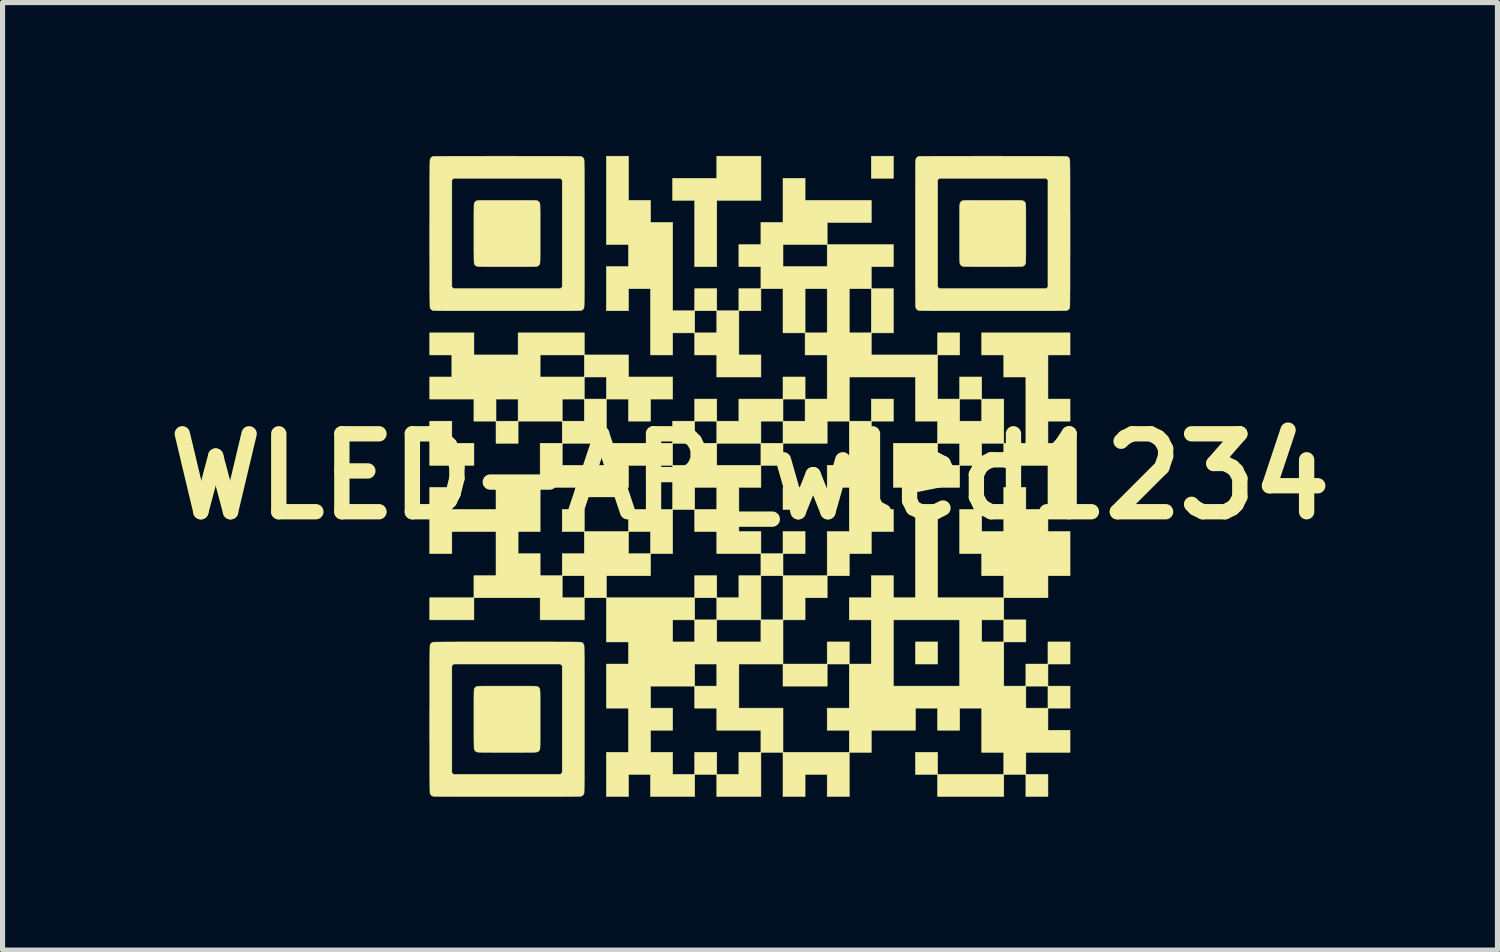
<source format=kicad_pcb>
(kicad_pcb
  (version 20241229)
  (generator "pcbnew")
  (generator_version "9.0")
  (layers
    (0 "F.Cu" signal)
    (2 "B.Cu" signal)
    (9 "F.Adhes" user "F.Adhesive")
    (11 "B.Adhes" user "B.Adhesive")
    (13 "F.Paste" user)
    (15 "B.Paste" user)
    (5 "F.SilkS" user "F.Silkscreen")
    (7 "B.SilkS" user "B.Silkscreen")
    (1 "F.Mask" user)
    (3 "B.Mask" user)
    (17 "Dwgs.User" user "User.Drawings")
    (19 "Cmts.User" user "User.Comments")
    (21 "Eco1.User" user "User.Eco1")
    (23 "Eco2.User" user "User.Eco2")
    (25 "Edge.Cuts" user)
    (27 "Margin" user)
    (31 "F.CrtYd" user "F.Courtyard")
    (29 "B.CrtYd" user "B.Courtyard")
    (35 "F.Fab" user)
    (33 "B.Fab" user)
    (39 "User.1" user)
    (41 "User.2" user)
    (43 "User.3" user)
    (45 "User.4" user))
  (footprint "WLED-AP_wled1234"
    (layer "F.Cu")
    (at 11.619 6.269)
    (property "Reference" "WLED-AP_wled1234" (at 0 0 0) (layer "F.SilkS") (effects (font (size 1.524 1.524) (thickness 0.3))))
    (attr through_hole)
    (fp_poly (pts (xy -5.4 2.804) (xy -6.264 2.804) (xy -6.264 2.372) (xy -5.4 2.372) (xy -5.4 2.804)) (stroke (width 0.01) (type solid)) (fill yes) (layer "F.SilkS"))
    (fp_poly (pts (xy -3.241 1.077) (xy -3.673 1.077) (xy -3.673 0.645) (xy -3.241 0.645) (xy -3.241 1.077)) (stroke (width 0.01) (type solid)) (fill yes) (layer "F.SilkS"))
    (fp_poly (pts (xy -1.082 -0.65) (xy -1.514 -0.65) (xy -1.514 -1.082) (xy -1.082 -1.082) (xy -1.082 -0.65)) (stroke (width 0.01) (type solid)) (fill yes) (layer "F.SilkS"))
    (fp_poly (pts (xy -0.65 -1.082) (xy -1.082 -1.082) (xy -1.082 -1.514) (xy -0.65 -1.514) (xy -0.65 -1.082)) (stroke (width 0.01) (type solid)) (fill yes) (layer "F.SilkS"))
    (fp_poly (pts (xy -0.65 2.372) (xy -1.082 2.372) (xy -1.082 1.941) (xy -0.65 1.941) (xy -0.65 2.372)) (stroke (width 0.01) (type solid)) (fill yes) (layer "F.SilkS"))
    (fp_poly (pts (xy 0.213 -3.241) (xy -0.218 -3.241) (xy -0.218 -3.673) (xy 0.213 -3.673) (xy 0.213 -3.241)) (stroke (width 0.01) (type solid)) (fill yes) (layer "F.SilkS"))
    (fp_poly (pts (xy 0.645 -0.218) (xy 0.213 -0.218) (xy 0.213 -0.65) (xy 0.645 -0.65) (xy 0.645 -0.218)) (stroke (width 0.01) (type solid)) (fill yes) (layer "F.SilkS"))
    (fp_poly (pts (xy 0.645 1.941) (xy 0.213 1.941) (xy 0.213 1.509) (xy 0.645 1.509) (xy 0.645 1.941)) (stroke (width 0.01) (type solid)) (fill yes) (layer "F.SilkS"))
    (fp_poly (pts (xy 1.077 0.645) (xy 0.645 0.645) (xy 0.645 0.213) (xy 1.077 0.213) (xy 1.077 0.645)) (stroke (width 0.01) (type solid)) (fill yes) (layer "F.SilkS"))
    (fp_poly (pts (xy 1.077 1.509) (xy 0.645 1.509) (xy 0.645 1.077) (xy 1.077 1.077) (xy 1.077 1.509)) (stroke (width 0.01) (type solid)) (fill yes) (layer "F.SilkS"))
    (fp_poly (pts (xy 1.509 4.1) (xy 0.645 4.1) (xy 0.645 3.668) (xy 1.509 3.668) (xy 1.509 4.1)) (stroke (width 0.01) (type solid)) (fill yes) (layer "F.SilkS"))
    (fp_poly (pts (xy 1.941 3.668) (xy 1.509 3.668) (xy 1.509 3.236) (xy 1.941 3.236) (xy 1.941 3.668)) (stroke (width 0.01) (type solid)) (fill yes) (layer "F.SilkS"))
    (fp_poly (pts (xy 2.804 -5.832) (xy 2.372 -5.832) (xy 2.372 -6.264) (xy 2.804 -6.264) (xy 2.804 -5.832)) (stroke (width 0.01) (type solid)) (fill yes) (layer "F.SilkS"))
    (fp_poly (pts (xy 2.804 -2.809) (xy 2.372 -2.809) (xy 2.372 -3.673) (xy 2.804 -3.673) (xy 2.804 -2.809)) (stroke (width 0.01) (type solid)) (fill yes) (layer "F.SilkS"))
    (fp_poly (pts (xy 2.804 -1.082) (xy 2.372 -1.082) (xy 2.372 -1.514) (xy 2.804 -1.514) (xy 2.804 -1.082)) (stroke (width 0.01) (type solid)) (fill yes) (layer "F.SilkS"))
    (fp_poly (pts (xy 3.668 3.668) (xy 3.236 3.668) (xy 3.236 3.236) (xy 3.668 3.236) (xy 3.668 3.668)) (stroke (width 0.01) (type solid)) (fill yes) (layer "F.SilkS"))
    (fp_poly (pts (xy 3.668 5.827) (xy 3.236 5.827) (xy 3.236 5.395) (xy 3.668 5.395) (xy 3.668 5.827)) (stroke (width 0.01) (type solid)) (fill yes) (layer "F.SilkS"))
    (fp_poly (pts (xy 4.1 -2.377) (xy 3.668 -2.377) (xy 3.668 -2.809) (xy 4.1 -2.809) (xy 4.1 -2.377)) (stroke (width 0.01) (type solid)) (fill yes) (layer "F.SilkS"))
    (fp_poly (pts (xy 4.963 6.259) (xy 3.668 6.259) (xy 3.668 5.827) (xy 4.963 5.827) (xy 4.963 6.259)) (stroke (width 0.01) (type solid)) (fill yes) (layer "F.SilkS"))
    (fp_poly (pts (xy 5.395 3.236) (xy 4.963 3.236) (xy 4.963 2.804) (xy 5.395 2.804) (xy 5.395 3.236)) (stroke (width 0.01) (type solid)) (fill yes) (layer "F.SilkS"))
    (fp_poly (pts (xy 5.827 4.1) (xy 5.395 4.1) (xy 5.395 3.668) (xy 5.827 3.668) (xy 5.827 4.1)) (stroke (width 0.01) (type solid)) (fill yes) (layer "F.SilkS"))
    (fp_poly (pts (xy 5.827 6.259) (xy 5.395 6.259) (xy 5.395 5.827) (xy 5.827 5.827) (xy 5.827 6.259)) (stroke (width 0.01) (type solid)) (fill yes) (layer "F.SilkS"))
    (fp_poly (pts (xy 6.259 3.668) (xy 5.827 3.668) (xy 5.827 3.236) (xy 6.259 3.236) (xy 6.259 3.668)) (stroke (width 0.01) (type solid)) (fill yes) (layer "F.SilkS"))
    (fp_poly (pts (xy 6.259 4.531) (xy 5.827 4.531) (xy 5.827 4.1) (xy 6.259 4.1) (xy 6.259 4.531)) (stroke (width 0.01) (type solid)) (fill yes) (layer "F.SilkS"))
    (fp_poly (pts (xy -5.832 -0.65) (xy -5.4 -0.65) (xy -5.4 -0.218) (xy -6.264 -0.218) (xy -6.264 -1.082) (xy -5.832 -1.082) (xy -5.832 -0.65)) (stroke (width 0.01) (type solid)) (fill yes) (layer "F.SilkS"))
    (fp_poly (pts (xy -1.514 1.509) (xy -1.946 1.509) (xy -1.946 1.077) (xy -2.377 1.077) (xy -2.377 0.645) (xy -1.514 0.645) (xy -1.514 1.509)) (stroke (width 0.01) (type solid)) (fill yes) (layer "F.SilkS"))
    (fp_poly (pts (xy 0.213 2.804) (xy -0.65 2.804) (xy -0.65 2.372) (xy -0.218 2.372) (xy -0.218 1.941) (xy 0.213 1.941) (xy 0.213 2.804)) (stroke (width 0.01) (type solid)) (fill yes) (layer "F.SilkS"))
    (fp_poly (pts (xy 1.509 2.372) (xy 1.077 2.372) (xy 1.077 2.804) (xy 0.645 2.804) (xy 0.645 1.941) (xy 1.509 1.941) (xy 1.509 2.372)) (stroke (width 0.01) (type solid)) (fill yes) (layer "F.SilkS"))
    (fp_poly (pts (xy 3.668 -0.218) (xy 4.1 -0.218) (xy 4.1 0.213) (xy 2.804 0.213) (xy 2.804 -0.65) (xy 3.668 -0.65) (xy 3.668 -0.218)) (stroke (width 0.01) (type solid)) (fill yes) (layer "F.SilkS"))
    (fp_poly (pts (xy 1.941 6.259) (xy 1.509 6.259) (xy 1.509 5.827) (xy 1.077 5.827) (xy 1.077 6.259) (xy 0.645 6.259) (xy 0.645 5.395) (xy 1.941 5.395) (xy 1.941 6.259)) (stroke (width 0.01) (type solid)) (fill yes) (layer "F.SilkS"))
    (fp_poly (pts (xy -3.673 -0.218) (xy -2.809 -0.218) (xy -2.809 -0.65) (xy -1.514 -0.65) (xy -1.514 -0.218) (xy -2.377 -0.218) (xy -2.377 0.213) (xy -4.105 0.213) (xy -4.105 -0.65) (xy -3.673 -0.65) (xy -3.673 -0.218)) (stroke (width 0.01) (type solid)) (fill yes) (layer "F.SilkS"))
    (fp_poly (pts (xy 0.213 -5.4) (xy -0.65 -5.4) (xy -0.65 -4.105) (xy -1.082 -4.105) (xy -1.082 -5.4) (xy -1.514 -5.4) (xy -1.514 -5.832) (xy -0.65 -5.832) (xy -0.65 -6.264) (xy 0.213 -6.264) (xy 0.213 -5.4)) (stroke (width 0.01) (type solid)) (fill yes) (layer "F.SilkS"))
    (fp_poly (pts (xy 2.372 0.645) (xy 2.804 0.645) (xy 2.804 1.077) (xy 2.372 1.077) (xy 2.372 1.509) (xy 1.941 1.509) (xy 1.941 1.941) (xy 1.509 1.941) (xy 1.509 1.077) (xy 1.941 1.077) (xy 1.941 0.213) (xy 1.509 0.213) (xy 1.509 -0.218) (xy 1.941 -0.218) (xy 1.941 -1.082) (xy 2.372 -1.082) (xy 2.372 0.645)) (stroke (width 0.01) (type solid)) (fill yes) (layer "F.SilkS"))
    (fp_poly (pts (xy 5.395 0.645) (xy 5.827 0.645) (xy 5.827 1.077) (xy 6.259 1.077) (xy 6.259 1.941) (xy 5.827 1.941) (xy 5.827 2.372) (xy 4.963 2.372) (xy 4.963 1.941) (xy 4.531 1.941) (xy 4.531 1.509) (xy 4.1 1.509) (xy 4.1 0.645) (xy 4.531 0.645) (xy 4.531 1.077) (xy 4.963 1.077) (xy 4.963 0.213) (xy 5.395 0.213) (xy 5.395 0.645)) (stroke (width 0.01) (type solid)) (fill yes) (layer "F.SilkS"))
    (fp_poly (pts (xy 6.259 -2.377) (xy 5.827 -2.377) (xy 5.827 -1.514) (xy 6.259 -1.514) (xy 6.259 -1.082) (xy 5.827 -1.082) (xy 5.827 -0.65) (xy 6.259 -0.65) (xy 6.259 0.645) (xy 5.827 0.645) (xy 5.827 -0.218) (xy 4.963 -0.218) (xy 4.963 -0.65) (xy 5.395 -0.65) (xy 5.395 -1.946) (xy 4.963 -1.946) (xy 4.963 -2.377) (xy 4.531 -2.377) (xy 4.531 -2.809) (xy 6.259 -2.809) (xy 6.259 -2.377)) (stroke (width 0.01) (type solid)) (fill yes) (layer "F.SilkS"))
    (fp_poly (pts (xy -1.514 -0.218) (xy -1.082 -0.218) (xy -1.082 -0.65) (xy -0.65 -0.65) (xy -0.65 -0.218) (xy 0.213 -0.218) (xy 0.213 0.213) (xy -0.218 0.213) (xy -0.218 1.077) (xy 0.213 1.077) (xy 0.213 1.509) (xy -0.65 1.509) (xy -0.65 1.077) (xy -1.082 1.077) (xy -1.082 0.645) (xy -1.514 0.645) (xy -1.514 0.213) (xy -1.082 0.213) (xy -1.082 0.645) (xy -0.65 0.645) (xy -0.65 0.213) (xy -1.082 0.213) (xy -1.514 0.213) (xy -1.514 -0.218)) (stroke (width 0.01) (type solid)) (fill yes) (layer "F.SilkS"))
    (fp_poly (pts (xy -0.218 -3.241) (xy -0.218 -2.377) (xy 0.213 -2.377) (xy 0.213 -1.946) (xy -0.65 -1.946) (xy -0.65 -2.377) (xy -1.082 -2.377) (xy -1.082 -2.809) (xy -1.514 -2.809) (xy -1.514 -2.377) (xy -1.946 -2.377) (xy -1.946 -3.673) (xy -2.377 -3.673) (xy -2.377 -3.241) (xy -2.809 -3.241) (xy -2.809 -4.105) (xy -2.377 -4.105) (xy -2.377 -4.536) (xy -2.809 -4.536) (xy -2.809 -6.264) (xy -2.377 -6.264) (xy -2.377 -5.4) (xy -1.946 -5.4) (xy -1.946 -4.968) (xy -1.514 -4.968) (xy -1.514 -3.241) (xy -1.082 -3.241) (xy -1.082 -2.809) (xy -0.65 -2.809) (xy -0.65 -3.241) (xy -1.082 -3.241) (xy -1.082 -3.673) (xy -0.65 -3.673) (xy -0.65 -3.241) (xy -0.218 -3.241)) (stroke (width 0.01) (type solid)) (fill yes) (layer "F.SilkS"))
    (fp_poly (pts (xy -5.4 1.941) (xy -4.968 1.941) (xy -4.968 1.077) (xy -5.832 1.077) (xy -5.832 1.509) (xy -6.264 1.509) (xy -6.264 0.213) (xy -5.832 0.213) (xy -5.832 0.645) (xy -4.968 0.645) (xy -4.968 0.213) (xy -4.105 0.213) (xy -4.105 1.077) (xy -4.536 1.077) (xy -4.536 1.509) (xy -4.105 1.509) (xy -4.105 1.941) (xy -3.673 1.941) (xy -3.673 2.372) (xy -3.241 2.372) (xy -3.241 1.941) (xy -3.673 1.941) (xy -3.673 1.509) (xy -3.241 1.509) (xy -3.241 1.077) (xy -2.377 1.077) (xy -2.377 1.509) (xy -1.946 1.509) (xy -1.946 1.941) (xy -2.809 1.941) (xy -2.809 2.372) (xy -3.241 2.372) (xy -3.241 2.804) (xy -4.105 2.804) (xy -4.105 2.372) (xy -5.4 2.372) (xy -5.4 1.941)) (stroke (width 0.01) (type solid)) (fill yes) (layer "F.SilkS"))
    (fp_poly (pts (xy 3.668 2.372) (xy 4.963 2.372) (xy 4.963 2.804) (xy 4.531 2.804) (xy 4.531 3.236) (xy 4.963 3.236) (xy 4.963 4.1) (xy 5.395 4.1) (xy 5.395 4.531) (xy 5.827 4.531) (xy 5.827 4.963) (xy 6.259 4.963) (xy 6.259 5.395) (xy 5.395 5.395) (xy 5.395 5.827) (xy 4.963 5.827) (xy 4.963 5.395) (xy 4.531 5.395) (xy 4.531 4.531) (xy 4.1 4.531) (xy 4.1 4.963) (xy 3.668 4.963) (xy 3.668 4.531) (xy 3.236 4.531) (xy 3.236 4.963) (xy 2.372 4.963) (xy 2.372 5.395) (xy 1.941 5.395) (xy 1.941 4.963) (xy 1.509 4.963) (xy 1.509 4.531) (xy 1.941 4.531) (xy 1.941 3.668) (xy 2.372 3.668) (xy 2.372 2.804) (xy 2.804 2.804) (xy 2.804 4.1) (xy 4.1 4.1) (xy 4.1 2.804) (xy 2.804 2.804) (xy 2.372 2.804) (xy 1.941 2.804) (xy 1.941 2.372) (xy 2.372 2.372) (xy 2.372 1.941) (xy 2.804 1.941) (xy 2.804 2.372) (xy 3.236 2.372) (xy 3.236 0.645) (xy 3.668 0.645) (xy 3.668 2.372)) (stroke (width 0.01) (type solid)) (fill yes) (layer "F.SilkS"))
    (fp_poly (pts (xy -3.673 -1.082) (xy -4.536 -1.082) (xy -4.536 -0.65) (xy -4.968 -0.65) (xy -4.968 -1.082) (xy -5.4 -1.082) (xy -5.4 -1.514) (xy -4.968 -1.514) (xy -4.968 -1.082) (xy -4.536 -1.082) (xy -4.536 -1.514) (xy -3.673 -1.514) (xy -3.673 -1.082) (xy -3.241 -1.082) (xy -3.241 -1.514) (xy -3.673 -1.514) (xy -4.536 -1.514) (xy -4.968 -1.514) (xy -5.4 -1.514) (xy -6.264 -1.514) (xy -6.264 -1.946) (xy -5.832 -1.946) (xy -5.832 -2.377) (xy -6.264 -2.377) (xy -6.264 -2.809) (xy -5.4 -2.809) (xy -5.4 -2.377) (xy -4.536 -2.377) (xy -4.105 -2.377) (xy -4.105 -1.946) (xy -3.241 -1.946) (xy -3.241 -1.514) (xy -2.809 -1.514) (xy -2.809 -1.946) (xy -3.241 -1.946) (xy -3.241 -2.377) (xy -4.105 -2.377) (xy -4.536 -2.377) (xy -4.536 -2.809) (xy -3.241 -2.809) (xy -3.241 -2.377) (xy -2.377 -2.377) (xy -2.377 -1.946) (xy -1.514 -1.946) (xy -1.514 -1.514) (xy -1.946 -1.514) (xy -1.946 -1.082) (xy -2.377 -1.082) (xy -2.377 -1.514) (xy -2.809 -1.514) (xy -2.809 -0.65) (xy -3.673 -0.65) (xy -3.673 -1.082)) (stroke (width 0.01) (type solid)) (fill yes) (layer "F.SilkS"))
    (fp_poly (pts (xy -0.65 2.804) (xy -0.65 3.236) (xy 0.213 3.236) (xy 0.213 2.804) (xy 0.645 2.804) (xy 0.645 3.668) (xy -0.218 3.668) (xy -0.218 4.531) (xy 0.645 4.531) (xy 0.645 5.395) (xy 0.213 5.395) (xy 0.213 6.259) (xy -0.65 6.259) (xy -0.65 5.827) (xy -1.082 5.827) (xy -1.082 6.259) (xy -1.946 6.259) (xy -1.946 5.827) (xy -2.377 5.827) (xy -2.377 6.259) (xy -2.809 6.259) (xy -2.809 5.395) (xy -2.377 5.395) (xy -2.377 4.531) (xy -2.809 4.531) (xy -2.809 4.1) (xy -1.946 4.1) (xy -1.946 4.531) (xy -1.514 4.531) (xy -1.514 4.963) (xy -1.946 4.963) (xy -1.946 5.395) (xy -1.514 5.395) (xy -1.514 5.827) (xy -1.082 5.827) (xy -1.082 5.395) (xy -0.65 5.395) (xy -0.65 5.827) (xy -0.218 5.827) (xy -0.218 5.395) (xy 0.213 5.395) (xy 0.213 4.963) (xy -0.65 4.963) (xy -0.65 4.531) (xy -1.082 4.531) (xy -1.082 4.1) (xy -1.946 4.1) (xy -2.809 4.1) (xy -2.809 3.668) (xy -2.377 3.668) (xy -1.082 3.668) (xy -1.082 4.1) (xy -0.65 4.1) (xy -0.65 3.668) (xy -1.082 3.668) (xy -2.377 3.668) (xy -2.377 3.236) (xy -2.809 3.236) (xy -2.809 2.804) (xy -1.514 2.804) (xy -1.514 3.236) (xy -1.082 3.236) (xy -1.082 2.804) (xy -1.514 2.804) (xy -2.809 2.804) (xy -2.809 2.372) (xy -1.082 2.372) (xy -1.082 2.804) (xy -0.65 2.804)) (stroke (width 0.01) (type solid)) (fill yes) (layer "F.SilkS"))
    (fp_poly (pts (xy 4.963 -1.514) (xy 4.963 -0.65) (xy 4.531 -0.65) (xy 4.531 -0.218) (xy 4.1 -0.218) (xy 4.1 -0.65) (xy 3.668 -0.65) (xy 3.668 -1.082) (xy 3.236 -1.082) (xy 3.236 -1.946) (xy 1.941 -1.946) (xy 1.941 -1.082) (xy 1.509 -1.082) (xy 1.509 -0.65) (xy 0.645 -0.65) (xy 0.645 -1.082) (xy 0.213 -1.082) (xy 0.213 -0.65) (xy -0.65 -0.65) (xy -0.65 -1.082) (xy -0.218 -1.082) (xy -0.218 -1.514) (xy 0.645 -1.514) (xy 0.645 -1.082) (xy 1.077 -1.082) (xy 1.077 -1.514) (xy 0.645 -1.514) (xy 0.645 -1.946) (xy 1.077 -1.946) (xy 1.077 -1.514) (xy 1.509 -1.514) (xy 1.509 -2.377) (xy 1.077 -2.377) (xy 1.077 -2.809) (xy 0.645 -2.809) (xy 0.645 -3.673) (xy 1.077 -3.673) (xy 1.077 -2.809) (xy 1.509 -2.809) (xy 1.509 -3.673) (xy 1.077 -3.673) (xy 0.645 -3.673) (xy 0.213 -3.673) (xy 0.213 -4.105) (xy -0.218 -4.105) (xy -0.218 -4.536) (xy 0.213 -4.536) (xy 0.645 -4.536) (xy 0.645 -4.105) (xy 1.509 -4.105) (xy 1.509 -4.536) (xy 0.645 -4.536) (xy 0.213 -4.536) (xy 0.213 -4.968) (xy 0.645 -4.968) (xy 0.645 -5.832) (xy 1.077 -5.832) (xy 1.077 -5.4) (xy 2.372 -5.4) (xy 2.372 -4.968) (xy 1.509 -4.968) (xy 1.509 -4.536) (xy 2.804 -4.536) (xy 2.804 -4.105) (xy 2.372 -4.105) (xy 2.372 -3.673) (xy 1.941 -3.673) (xy 1.941 -2.809) (xy 2.372 -2.809) (xy 2.372 -2.377) (xy 3.668 -2.377) (xy 3.668 -1.514) (xy 4.1 -1.514) (xy 4.1 -1.082) (xy 4.531 -1.082) (xy 4.531 -1.514) (xy 4.1 -1.514) (xy 4.1 -1.946) (xy 4.531 -1.946) (xy 4.531 -1.514) (xy 4.963 -1.514)) (stroke (width 0.01) (type solid)) (fill yes) (layer "F.SilkS"))
    (fp_poly (pts (xy -4.751 -5.4) (xy -4.663 -5.4) (xy -4.583 -5.4) (xy -4.513 -5.4) (xy -4.452 -5.4) (xy -4.398 -5.4) (xy -4.352 -5.399) (xy -4.312 -5.399) (xy -4.278 -5.399) (xy -4.25 -5.398) (xy -4.227 -5.398) (xy -4.209 -5.397) (xy -4.194 -5.397) (xy -4.183 -5.396) (xy -4.175 -5.395) (xy -4.168 -5.394) (xy -4.163 -5.393) (xy -4.16 -5.391) (xy -4.158 -5.39) (xy -4.137 -5.378) (xy -4.122 -5.362) (xy -4.112 -5.343) (xy -4.111 -5.339) (xy -4.11 -5.333) (xy -4.109 -5.325) (xy -4.108 -5.314) (xy -4.108 -5.3) (xy -4.107 -5.281) (xy -4.106 -5.258) (xy -4.106 -5.23) (xy -4.106 -5.196) (xy -4.105 -5.155) (xy -4.105 -5.108) (xy -4.105 -5.053) (xy -4.105 -4.991) (xy -4.105 -4.92) (xy -4.105 -4.84) (xy -4.105 -4.752) (xy -4.105 -4.663) (xy -4.105 -4.583) (xy -4.105 -4.512) (xy -4.105 -4.45) (xy -4.105 -4.395) (xy -4.105 -4.348) (xy -4.106 -4.308) (xy -4.106 -4.274) (xy -4.106 -4.246) (xy -4.107 -4.223) (xy -4.108 -4.204) (xy -4.108 -4.19) (xy -4.109 -4.179) (xy -4.11 -4.171) (xy -4.111 -4.166) (xy -4.112 -4.162) (xy -4.124 -4.14) (xy -4.139 -4.125) (xy -4.158 -4.114) (xy -4.161 -4.113) (xy -4.166 -4.111) (xy -4.171 -4.11) (xy -4.179 -4.109) (xy -4.189 -4.108) (xy -4.202 -4.108) (xy -4.218 -4.107) (xy -4.239 -4.107) (xy -4.265 -4.106) (xy -4.295 -4.106) (xy -4.332 -4.105) (xy -4.375 -4.105) (xy -4.426 -4.105) (xy -4.483 -4.105) (xy -4.549 -4.105) (xy -4.624 -4.105) (xy -4.708 -4.105) (xy -4.752 -4.105) (xy -4.841 -4.105) (xy -4.92 -4.105) (xy -4.99 -4.105) (xy -5.052 -4.105) (xy -5.106 -4.105) (xy -5.152 -4.105) (xy -5.192 -4.106) (xy -5.226 -4.106) (xy -5.254 -4.106) (xy -5.277 -4.107) (xy -5.295 -4.107) (xy -5.31 -4.108) (xy -5.321 -4.109) (xy -5.33 -4.11) (xy -5.336 -4.111) (xy -5.341 -4.112) (xy -5.345 -4.113) (xy -5.347 -4.114) (xy -5.368 -4.126) (xy -5.382 -4.142) (xy -5.392 -4.162) (xy -5.393 -4.166) (xy -5.395 -4.171) (xy -5.395 -4.179) (xy -5.396 -4.19) (xy -5.397 -4.205) (xy -5.398 -4.223) (xy -5.398 -4.246) (xy -5.399 -4.275) (xy -5.399 -4.309) (xy -5.399 -4.349) (xy -5.4 -4.396) (xy -5.4 -4.451) (xy -5.4 -4.513) (xy -5.4 -4.584) (xy -5.4 -4.664) (xy -5.4 -4.754) (xy -5.4 -4.755) (xy -5.4 -4.844) (xy -5.4 -4.923) (xy -5.4 -4.993) (xy -5.4 -5.054) (xy -5.4 -5.108) (xy -5.4 -5.155) (xy -5.399 -5.194) (xy -5.399 -5.228) (xy -5.399 -5.256) (xy -5.398 -5.279) (xy -5.398 -5.297) (xy -5.397 -5.312) (xy -5.396 -5.323) (xy -5.395 -5.331) (xy -5.394 -5.338) (xy -5.393 -5.342) (xy -5.392 -5.346) (xy -5.39 -5.348) (xy -5.377 -5.369) (xy -5.36 -5.384) (xy -5.343 -5.392) (xy -5.339 -5.393) (xy -5.333 -5.395) (xy -5.325 -5.396) (xy -5.314 -5.396) (xy -5.3 -5.397) (xy -5.281 -5.398) (xy -5.258 -5.398) (xy -5.23 -5.399) (xy -5.196 -5.399) (xy -5.156 -5.399) (xy -5.108 -5.4) (xy -5.054 -5.4) (xy -4.992 -5.4) (xy -4.921 -5.4) (xy -4.841 -5.4) (xy -4.751 -5.4)) (stroke (width 0.01) (type solid)) (fill yes) (layer "F.SilkS"))
    (fp_poly (pts (xy -4.751 4.1) (xy -4.663 4.1) (xy -4.583 4.1) (xy -4.513 4.1) (xy -4.452 4.1) (xy -4.398 4.1) (xy -4.352 4.1) (xy -4.312 4.1) (xy -4.278 4.101) (xy -4.25 4.101) (xy -4.227 4.102) (xy -4.209 4.102) (xy -4.194 4.103) (xy -4.183 4.104) (xy -4.175 4.105) (xy -4.168 4.106) (xy -4.163 4.107) (xy -4.16 4.108) (xy -4.158 4.109) (xy -4.137 4.121) (xy -4.122 4.137) (xy -4.112 4.157) (xy -4.111 4.161) (xy -4.11 4.166) (xy -4.109 4.174) (xy -4.108 4.185) (xy -4.108 4.2) (xy -4.107 4.218) (xy -4.106 4.242) (xy -4.106 4.27) (xy -4.106 4.304) (xy -4.105 4.344) (xy -4.105 4.392) (xy -4.105 4.446) (xy -4.105 4.509) (xy -4.105 4.58) (xy -4.105 4.66) (xy -4.105 4.747) (xy -4.105 4.837) (xy -4.105 4.917) (xy -4.105 4.987) (xy -4.105 5.05) (xy -4.105 5.104) (xy -4.105 5.151) (xy -4.106 5.191) (xy -4.106 5.225) (xy -4.106 5.254) (xy -4.107 5.277) (xy -4.108 5.295) (xy -4.108 5.31) (xy -4.109 5.32) (xy -4.11 5.328) (xy -4.111 5.334) (xy -4.112 5.338) (xy -4.124 5.36) (xy -4.139 5.375) (xy -4.158 5.385) (xy -4.161 5.387) (xy -4.166 5.388) (xy -4.171 5.389) (xy -4.179 5.39) (xy -4.189 5.391) (xy -4.202 5.392) (xy -4.218 5.393) (xy -4.239 5.393) (xy -4.265 5.394) (xy -4.295 5.394) (xy -4.332 5.394) (xy -4.375 5.394) (xy -4.426 5.395) (xy -4.483 5.395) (xy -4.549 5.395) (xy -4.624 5.395) (xy -4.708 5.395) (xy -4.752 5.395) (xy -4.841 5.395) (xy -4.92 5.395) (xy -4.99 5.395) (xy -5.052 5.395) (xy -5.106 5.394) (xy -5.152 5.394) (xy -5.192 5.394) (xy -5.226 5.394) (xy -5.254 5.393) (xy -5.277 5.393) (xy -5.295 5.392) (xy -5.31 5.392) (xy -5.321 5.391) (xy -5.33 5.39) (xy -5.336 5.389) (xy -5.341 5.387) (xy -5.345 5.386) (xy -5.347 5.385) (xy -5.368 5.373) (xy -5.382 5.357) (xy -5.392 5.338) (xy -5.393 5.334) (xy -5.395 5.328) (xy -5.395 5.32) (xy -5.396 5.309) (xy -5.397 5.295) (xy -5.398 5.276) (xy -5.398 5.253) (xy -5.399 5.225) (xy -5.399 5.191) (xy -5.399 5.15) (xy -5.4 5.103) (xy -5.4 5.049) (xy -5.4 4.986) (xy -5.4 4.915) (xy -5.4 4.835) (xy -5.4 4.746) (xy -5.4 4.745) (xy -5.4 4.656) (xy -5.4 4.577) (xy -5.4 4.507) (xy -5.4 4.445) (xy -5.4 4.391) (xy -5.4 4.345) (xy -5.399 4.305) (xy -5.399 4.272) (xy -5.399 4.244) (xy -5.398 4.221) (xy -5.398 4.202) (xy -5.397 4.188) (xy -5.396 4.177) (xy -5.395 4.168) (xy -5.394 4.162) (xy -5.393 4.157) (xy -5.392 4.154) (xy -5.39 4.151) (xy -5.377 4.13) (xy -5.36 4.116) (xy -5.343 4.107) (xy -5.339 4.106) (xy -5.333 4.105) (xy -5.325 4.104) (xy -5.314 4.103) (xy -5.3 4.103) (xy -5.281 4.102) (xy -5.258 4.101) (xy -5.23 4.101) (xy -5.196 4.101) (xy -5.156 4.1) (xy -5.108 4.1) (xy -5.054 4.1) (xy -4.992 4.1) (xy -4.921 4.1) (xy -4.841 4.1) (xy -4.751 4.1)) (stroke (width 0.01) (type solid)) (fill yes) (layer "F.SilkS"))
    (fp_poly (pts (xy 4.748 -5.4) (xy 4.837 -5.4) (xy 4.916 -5.4) (xy 4.986 -5.4) (xy 5.048 -5.4) (xy 5.102 -5.4) (xy 5.148 -5.399) (xy 5.188 -5.399) (xy 5.221 -5.399) (xy 5.249 -5.398) (xy 5.272 -5.398) (xy 5.291 -5.397) (xy 5.305 -5.397) (xy 5.316 -5.396) (xy 5.325 -5.395) (xy 5.331 -5.394) (xy 5.336 -5.393) (xy 5.34 -5.391) (xy 5.342 -5.39) (xy 5.363 -5.378) (xy 5.377 -5.362) (xy 5.387 -5.343) (xy 5.388 -5.339) (xy 5.389 -5.333) (xy 5.39 -5.325) (xy 5.391 -5.314) (xy 5.392 -5.3) (xy 5.393 -5.281) (xy 5.393 -5.258) (xy 5.394 -5.23) (xy 5.394 -5.196) (xy 5.394 -5.155) (xy 5.395 -5.108) (xy 5.395 -5.053) (xy 5.395 -4.991) (xy 5.395 -4.92) (xy 5.395 -4.84) (xy 5.395 -4.752) (xy 5.395 -4.663) (xy 5.395 -4.583) (xy 5.395 -4.512) (xy 5.395 -4.45) (xy 5.395 -4.395) (xy 5.394 -4.348) (xy 5.394 -4.308) (xy 5.394 -4.274) (xy 5.393 -4.246) (xy 5.393 -4.223) (xy 5.392 -4.204) (xy 5.391 -4.19) (xy 5.39 -4.179) (xy 5.389 -4.171) (xy 5.388 -4.166) (xy 5.387 -4.162) (xy 5.375 -4.14) (xy 5.36 -4.125) (xy 5.342 -4.114) (xy 5.338 -4.113) (xy 5.334 -4.111) (xy 5.328 -4.11) (xy 5.321 -4.109) (xy 5.311 -4.108) (xy 5.298 -4.108) (xy 5.281 -4.107) (xy 5.26 -4.107) (xy 5.235 -4.106) (xy 5.204 -4.106) (xy 5.167 -4.105) (xy 5.124 -4.105) (xy 5.074 -4.105) (xy 5.016 -4.105) (xy 4.95 -4.105) (xy 4.875 -4.105) (xy 4.791 -4.105) (xy 4.747 -4.105) (xy 4.659 -4.105) (xy 4.579 -4.105) (xy 4.509 -4.105) (xy 4.447 -4.105) (xy 4.394 -4.105) (xy 4.347 -4.105) (xy 4.307 -4.106) (xy 4.274 -4.106) (xy 4.246 -4.106) (xy 4.223 -4.107) (xy 4.204 -4.107) (xy 4.19 -4.108) (xy 4.178 -4.109) (xy 4.17 -4.11) (xy 4.163 -4.111) (xy 4.158 -4.112) (xy 4.155 -4.113) (xy 4.153 -4.114) (xy 4.132 -4.126) (xy 4.117 -4.142) (xy 4.107 -4.162) (xy 4.106 -4.166) (xy 4.105 -4.171) (xy 4.104 -4.179) (xy 4.103 -4.19) (xy 4.103 -4.205) (xy 4.102 -4.223) (xy 4.101 -4.246) (xy 4.101 -4.275) (xy 4.101 -4.309) (xy 4.1 -4.349) (xy 4.1 -4.396) (xy 4.1 -4.451) (xy 4.1 -4.513) (xy 4.1 -4.584) (xy 4.1 -4.664) (xy 4.1 -4.754) (xy 4.1 -4.755) (xy 4.1 -4.844) (xy 4.1 -4.923) (xy 4.1 -4.993) (xy 4.1 -5.054) (xy 4.1 -5.108) (xy 4.1 -5.155) (xy 4.1 -5.194) (xy 4.101 -5.228) (xy 4.101 -5.256) (xy 4.101 -5.279) (xy 4.102 -5.297) (xy 4.103 -5.312) (xy 4.104 -5.323) (xy 4.104 -5.331) (xy 4.106 -5.338) (xy 4.107 -5.342) (xy 4.108 -5.346) (xy 4.109 -5.348) (xy 4.123 -5.369) (xy 4.14 -5.384) (xy 4.157 -5.392) (xy 4.161 -5.393) (xy 4.166 -5.395) (xy 4.174 -5.396) (xy 4.185 -5.396) (xy 4.2 -5.397) (xy 4.218 -5.398) (xy 4.241 -5.398) (xy 4.27 -5.399) (xy 4.304 -5.399) (xy 4.344 -5.399) (xy 4.391 -5.4) (xy 4.446 -5.4) (xy 4.508 -5.4) (xy 4.579 -5.4) (xy 4.659 -5.4) (xy 4.748 -5.4)) (stroke (width 0.01) (type solid)) (fill yes) (layer "F.SilkS"))
    (fp_poly (pts (xy -4.751 -6.264) (xy -4.608 -6.264) (xy -4.475 -6.263) (xy -4.351 -6.263) (xy -4.236 -6.263) (xy -4.13 -6.263) (xy -4.033 -6.263) (xy -3.943 -6.263) (xy -3.861 -6.263) (xy -3.787 -6.263) (xy -3.719 -6.263) (xy -3.658 -6.263) (xy -3.604 -6.263) (xy -3.555 -6.262) (xy -3.512 -6.262) (xy -3.474 -6.262) (xy -3.441 -6.262) (xy -3.412 -6.261) (xy -3.388 -6.261) (xy -3.367 -6.26) (xy -3.35 -6.26) (xy -3.336 -6.259) (xy -3.325 -6.259) (xy -3.316 -6.258) (xy -3.309 -6.257) (xy -3.304 -6.257) (xy -3.3 -6.256) (xy -3.297 -6.255) (xy -3.294 -6.254) (xy -3.294 -6.254) (xy -3.273 -6.242) (xy -3.259 -6.226) (xy -3.249 -6.206) (xy -3.248 -6.204) (xy -3.247 -6.2) (xy -3.247 -6.193) (xy -3.246 -6.185) (xy -3.245 -6.174) (xy -3.245 -6.16) (xy -3.244 -6.142) (xy -3.244 -6.121) (xy -3.244 -6.096) (xy -3.243 -6.066) (xy -3.243 -6.032) (xy -3.243 -5.992) (xy -3.242 -5.947) (xy -3.242 -5.897) (xy -3.242 -5.84) (xy -3.242 -5.777) (xy -3.242 -5.707) (xy -3.241 -5.63) (xy -3.241 -5.546) (xy -3.241 -5.453) (xy -3.241 -5.353) (xy -3.241 -5.244) (xy -3.241 -5.126) (xy -3.241 -4.999) (xy -3.241 -4.862) (xy -3.241 -4.752) (xy -3.241 -4.608) (xy -3.241 -4.474) (xy -3.241 -4.349) (xy -3.241 -4.233) (xy -3.241 -4.126) (xy -3.241 -4.028) (xy -3.241 -3.938) (xy -3.241 -3.855) (xy -3.242 -3.78) (xy -3.242 -3.711) (xy -3.242 -3.65) (xy -3.242 -3.595) (xy -3.242 -3.546) (xy -3.243 -3.502) (xy -3.243 -3.464) (xy -3.243 -3.431) (xy -3.244 -3.402) (xy -3.244 -3.378) (xy -3.245 -3.358) (xy -3.245 -3.341) (xy -3.246 -3.328) (xy -3.246 -3.318) (xy -3.247 -3.31) (xy -3.248 -3.304) (xy -3.248 -3.3) (xy -3.249 -3.298) (xy -3.261 -3.276) (xy -3.276 -3.261) (xy -3.294 -3.251) (xy -3.297 -3.25) (xy -3.3 -3.249) (xy -3.303 -3.248) (xy -3.309 -3.247) (xy -3.316 -3.247) (xy -3.324 -3.246) (xy -3.336 -3.245) (xy -3.35 -3.245) (xy -3.367 -3.244) (xy -3.387 -3.244) (xy -3.412 -3.244) (xy -3.44 -3.243) (xy -3.473 -3.243) (xy -3.511 -3.243) (xy -3.554 -3.242) (xy -3.603 -3.242) (xy -3.657 -3.242) (xy -3.718 -3.242) (xy -3.785 -3.242) (xy -3.86 -3.242) (xy -3.942 -3.241) (xy -4.031 -3.241) (xy -4.128 -3.241) (xy -4.234 -3.241) (xy -4.349 -3.241) (xy -4.472 -3.241) (xy -4.605 -3.241) (xy -4.748 -3.241) (xy -4.752 -3.241) (xy -4.895 -3.241) (xy -5.029 -3.241) (xy -5.153 -3.241) (xy -5.268 -3.241) (xy -5.374 -3.241) (xy -5.471 -3.241) (xy -5.561 -3.241) (xy -5.643 -3.242) (xy -5.717 -3.242) (xy -5.785 -3.242) (xy -5.846 -3.242) (xy -5.901 -3.242) (xy -5.949 -3.242) (xy -5.993 -3.243) (xy -6.031 -3.243) (xy -6.064 -3.243) (xy -6.092 -3.243) (xy -6.117 -3.244) (xy -6.137 -3.244) (xy -6.155 -3.245) (xy -6.169 -3.245) (xy -6.18 -3.246) (xy -6.189 -3.247) (xy -6.196 -3.247) (xy -6.201 -3.248) (xy -6.205 -3.249) (xy -6.208 -3.25) (xy -6.21 -3.251) (xy -6.21 -3.251) (xy -6.231 -3.263) (xy -6.246 -3.279) (xy -6.256 -3.298) (xy -6.257 -3.301) (xy -6.257 -3.305) (xy -6.258 -3.311) (xy -6.259 -3.32) (xy -6.259 -3.331) (xy -6.26 -3.345) (xy -6.26 -3.363) (xy -6.261 -3.384) (xy -6.261 -3.409) (xy -6.261 -3.439) (xy -6.262 -3.473) (xy -6.262 -3.512) (xy -6.262 -3.557) (xy -6.263 -3.608) (xy -6.263 -3.664) (xy -6.263 -3.727) (xy -6.263 -3.797) (xy -6.263 -3.874) (xy -6.263 -3.959) (xy -6.263 -4.051) (xy -6.263 -4.151) (xy -6.263 -4.26) (xy -6.264 -4.378) (xy -6.264 -4.505) (xy -6.264 -4.642) (xy -6.264 -4.753) (xy -6.264 -4.897) (xy -6.263 -5.03) (xy -6.263 -5.154) (xy -6.263 -5.268) (xy -6.263 -5.374) (xy -6.263 -5.472) (xy -6.263 -5.562) (xy -6.263 -5.643) (xy -6.263 -5.718) (xy -6.263 -5.785) (xy -6.263 -5.797) (xy -5.832 -5.797) (xy -5.832 -3.707) (xy -5.797 -3.673) (xy -3.707 -3.673) (xy -3.69 -3.69) (xy -3.673 -3.707) (xy -3.673 -5.797) (xy -3.69 -5.815) (xy -3.707 -5.832) (xy -5.797 -5.832) (xy -5.815 -5.815) (xy -5.832 -5.797) (xy -6.263 -5.797) (xy -6.263 -5.846) (xy -6.263 -5.901) (xy -6.262 -5.95) (xy -6.262 -5.993) (xy -6.262 -6.031) (xy -6.262 -6.064) (xy -6.261 -6.093) (xy -6.261 -6.117) (xy -6.26 -6.138) (xy -6.26 -6.155) (xy -6.259 -6.169) (xy -6.259 -6.18) (xy -6.258 -6.189) (xy -6.257 -6.196) (xy -6.257 -6.201) (xy -6.256 -6.205) (xy -6.255 -6.208) (xy -6.254 -6.21) (xy -6.254 -6.21) (xy -6.242 -6.231) (xy -6.226 -6.246) (xy -6.206 -6.256) (xy -6.204 -6.257) (xy -6.2 -6.257) (xy -6.193 -6.258) (xy -6.185 -6.259) (xy -6.174 -6.259) (xy -6.16 -6.26) (xy -6.142 -6.26) (xy -6.121 -6.261) (xy -6.096 -6.261) (xy -6.066 -6.261) (xy -6.032 -6.262) (xy -5.992 -6.262) (xy -5.948 -6.262) (xy -5.897 -6.263) (xy -5.84 -6.263) (xy -5.777 -6.263) (xy -5.708 -6.263) (xy -5.631 -6.263) (xy -5.546 -6.263) (xy -5.454 -6.263) (xy -5.353 -6.263) (xy -5.244 -6.263) (xy -5.126 -6.264) (xy -4.999 -6.264) (xy -4.863 -6.264) (xy -4.751 -6.264)) (stroke (width 0.01) (type solid)) (fill yes) (layer "F.SilkS"))
    (fp_poly (pts (xy -4.751 3.236) (xy -4.608 3.236) (xy -4.475 3.236) (xy -4.351 3.236) (xy -4.236 3.236) (xy -4.13 3.236) (xy -4.033 3.236) (xy -3.943 3.236) (xy -3.861 3.236) (xy -3.787 3.237) (xy -3.719 3.237) (xy -3.658 3.237) (xy -3.604 3.237) (xy -3.555 3.237) (xy -3.512 3.237) (xy -3.474 3.238) (xy -3.441 3.238) (xy -3.412 3.238) (xy -3.388 3.239) (xy -3.367 3.239) (xy -3.35 3.24) (xy -3.336 3.24) (xy -3.325 3.241) (xy -3.316 3.241) (xy -3.309 3.242) (xy -3.304 3.243) (xy -3.3 3.244) (xy -3.297 3.245) (xy -3.294 3.245) (xy -3.294 3.246) (xy -3.273 3.258) (xy -3.259 3.274) (xy -3.249 3.293) (xy -3.248 3.296) (xy -3.247 3.3) (xy -3.247 3.306) (xy -3.246 3.315) (xy -3.245 3.326) (xy -3.245 3.34) (xy -3.244 3.358) (xy -3.244 3.379) (xy -3.244 3.404) (xy -3.243 3.434) (xy -3.243 3.468) (xy -3.243 3.507) (xy -3.242 3.552) (xy -3.242 3.603) (xy -3.242 3.659) (xy -3.242 3.723) (xy -3.242 3.792) (xy -3.241 3.87) (xy -3.241 3.954) (xy -3.241 4.046) (xy -3.241 4.147) (xy -3.241 4.256) (xy -3.241 4.374) (xy -3.241 4.501) (xy -3.241 4.638) (xy -3.241 4.747) (xy -3.241 4.891) (xy -3.241 5.026) (xy -3.241 5.151) (xy -3.241 5.266) (xy -3.241 5.373) (xy -3.241 5.472) (xy -3.241 5.562) (xy -3.241 5.645) (xy -3.242 5.72) (xy -3.242 5.788) (xy -3.242 5.85) (xy -3.242 5.905) (xy -3.242 5.954) (xy -3.243 5.997) (xy -3.243 6.035) (xy -3.243 6.069) (xy -3.244 6.097) (xy -3.244 6.121) (xy -3.245 6.142) (xy -3.245 6.158) (xy -3.246 6.172) (xy -3.246 6.182) (xy -3.247 6.19) (xy -3.248 6.196) (xy -3.248 6.2) (xy -3.249 6.201) (xy -3.261 6.223) (xy -3.276 6.239) (xy -3.294 6.249) (xy -3.297 6.25) (xy -3.3 6.251) (xy -3.303 6.252) (xy -3.309 6.252) (xy -3.316 6.253) (xy -3.324 6.254) (xy -3.336 6.254) (xy -3.35 6.255) (xy -3.367 6.255) (xy -3.387 6.256) (xy -3.412 6.256) (xy -3.44 6.256) (xy -3.473 6.257) (xy -3.511 6.257) (xy -3.554 6.257) (xy -3.603 6.257) (xy -3.657 6.258) (xy -3.718 6.258) (xy -3.785 6.258) (xy -3.86 6.258) (xy -3.942 6.258) (xy -4.031 6.258) (xy -4.128 6.258) (xy -4.234 6.258) (xy -4.349 6.258) (xy -4.472 6.258) (xy -4.605 6.258) (xy -4.748 6.258) (xy -4.752 6.258) (xy -4.895 6.258) (xy -5.029 6.258) (xy -5.153 6.258) (xy -5.268 6.258) (xy -5.374 6.258) (xy -5.471 6.258) (xy -5.561 6.258) (xy -5.643 6.258) (xy -5.717 6.258) (xy -5.785 6.258) (xy -5.846 6.258) (xy -5.901 6.257) (xy -5.949 6.257) (xy -5.993 6.257) (xy -6.031 6.257) (xy -6.064 6.256) (xy -6.092 6.256) (xy -6.117 6.256) (xy -6.137 6.255) (xy -6.155 6.255) (xy -6.169 6.254) (xy -6.18 6.254) (xy -6.189 6.253) (xy -6.196 6.252) (xy -6.201 6.252) (xy -6.205 6.251) (xy -6.208 6.25) (xy -6.21 6.249) (xy -6.21 6.249) (xy -6.231 6.237) (xy -6.246 6.221) (xy -6.256 6.201) (xy -6.257 6.199) (xy -6.257 6.195) (xy -6.258 6.188) (xy -6.259 6.18) (xy -6.259 6.169) (xy -6.26 6.154) (xy -6.26 6.137) (xy -6.261 6.116) (xy -6.261 6.091) (xy -6.261 6.061) (xy -6.262 6.027) (xy -6.262 5.987) (xy -6.262 5.943) (xy -6.263 5.892) (xy -6.263 5.835) (xy -6.263 5.772) (xy -6.263 5.702) (xy -6.263 5.625) (xy -6.263 5.541) (xy -6.263 5.449) (xy -6.263 5.348) (xy -6.263 5.239) (xy -6.264 5.121) (xy -6.264 4.994) (xy -6.264 4.858) (xy -6.264 4.746) (xy -6.264 4.603) (xy -6.263 4.47) (xy -6.263 4.346) (xy -6.263 4.231) (xy -6.263 4.125) (xy -6.263 4.028) (xy -6.263 3.938) (xy -6.263 3.856) (xy -6.263 3.782) (xy -6.263 3.714) (xy -6.263 3.702) (xy -5.832 3.702) (xy -5.832 5.792) (xy -5.797 5.827) (xy -3.707 5.827) (xy -3.69 5.809) (xy -3.673 5.792) (xy -3.673 3.702) (xy -3.69 3.685) (xy -3.707 3.668) (xy -5.797 3.668) (xy -5.815 3.685) (xy -5.832 3.702) (xy -6.263 3.702) (xy -6.263 3.653) (xy -6.263 3.599) (xy -6.262 3.55) (xy -6.262 3.507) (xy -6.262 3.469) (xy -6.262 3.436) (xy -6.261 3.407) (xy -6.261 3.383) (xy -6.26 3.362) (xy -6.26 3.345) (xy -6.259 3.331) (xy -6.259 3.319) (xy -6.258 3.311) (xy -6.257 3.304) (xy -6.257 3.298) (xy -6.256 3.295) (xy -6.255 3.292) (xy -6.254 3.289) (xy -6.254 3.289) (xy -6.242 3.268) (xy -6.226 3.254) (xy -6.206 3.244) (xy -6.204 3.243) (xy -6.2 3.242) (xy -6.193 3.242) (xy -6.185 3.241) (xy -6.174 3.24) (xy -6.16 3.24) (xy -6.142 3.239) (xy -6.121 3.239) (xy -6.096 3.238) (xy -6.066 3.238) (xy -6.032 3.238) (xy -5.992 3.238) (xy -5.948 3.237) (xy -5.897 3.237) (xy -5.84 3.237) (xy -5.777 3.237) (xy -5.708 3.236) (xy -5.631 3.236) (xy -5.546 3.236) (xy -5.454 3.236) (xy -5.353 3.236) (xy -5.244 3.236) (xy -5.126 3.236) (xy -4.999 3.236) (xy -4.863 3.236) (xy -4.751 3.236)) (stroke (width 0.01) (type solid)) (fill yes) (layer "F.SilkS"))
    (fp_poly (pts (xy 4.748 -6.264) (xy 4.891 -6.264) (xy 5.025 -6.263) (xy 5.149 -6.263) (xy 5.263 -6.263) (xy 5.369 -6.263) (xy 5.467 -6.263) (xy 5.556 -6.263) (xy 5.638 -6.263) (xy 5.713 -6.263) (xy 5.78 -6.263) (xy 5.841 -6.263) (xy 5.896 -6.263) (xy 5.945 -6.262) (xy 5.988 -6.262) (xy 6.026 -6.262) (xy 6.059 -6.262) (xy 6.087 -6.261) (xy 6.112 -6.261) (xy 6.132 -6.26) (xy 6.15 -6.26) (xy 6.164 -6.259) (xy 6.175 -6.259) (xy 6.184 -6.258) (xy 6.191 -6.257) (xy 6.196 -6.257) (xy 6.2 -6.256) (xy 6.203 -6.255) (xy 6.205 -6.254) (xy 6.205 -6.254) (xy 6.226 -6.242) (xy 6.241 -6.226) (xy 6.251 -6.206) (xy 6.252 -6.204) (xy 6.252 -6.2) (xy 6.253 -6.193) (xy 6.254 -6.185) (xy 6.254 -6.174) (xy 6.255 -6.16) (xy 6.255 -6.142) (xy 6.256 -6.121) (xy 6.256 -6.096) (xy 6.256 -6.066) (xy 6.257 -6.032) (xy 6.257 -5.992) (xy 6.257 -5.947) (xy 6.258 -5.897) (xy 6.258 -5.84) (xy 6.258 -5.777) (xy 6.258 -5.707) (xy 6.258 -5.63) (xy 6.258 -5.546) (xy 6.258 -5.453) (xy 6.258 -5.353) (xy 6.258 -5.244) (xy 6.259 -5.126) (xy 6.259 -4.999) (xy 6.259 -4.862) (xy 6.259 -4.752) (xy 6.259 -4.608) (xy 6.259 -4.474) (xy 6.259 -4.349) (xy 6.258 -4.233) (xy 6.258 -4.126) (xy 6.258 -4.028) (xy 6.258 -3.938) (xy 6.258 -3.855) (xy 6.258 -3.78) (xy 6.258 -3.711) (xy 6.258 -3.65) (xy 6.257 -3.595) (xy 6.257 -3.546) (xy 6.257 -3.502) (xy 6.257 -3.464) (xy 6.256 -3.431) (xy 6.256 -3.402) (xy 6.256 -3.378) (xy 6.255 -3.358) (xy 6.255 -3.341) (xy 6.254 -3.328) (xy 6.253 -3.318) (xy 6.253 -3.31) (xy 6.252 -3.304) (xy 6.251 -3.3) (xy 6.251 -3.298) (xy 6.239 -3.276) (xy 6.224 -3.261) (xy 6.205 -3.251) (xy 6.203 -3.25) (xy 6.2 -3.249) (xy 6.196 -3.248) (xy 6.191 -3.247) (xy 6.184 -3.247) (xy 6.175 -3.246) (xy 6.164 -3.245) (xy 6.15 -3.245) (xy 6.133 -3.244) (xy 6.112 -3.244) (xy 6.088 -3.244) (xy 6.059 -3.243) (xy 6.026 -3.243) (xy 5.989 -3.243) (xy 5.946 -3.242) (xy 5.897 -3.242) (xy 5.842 -3.242) (xy 5.782 -3.242) (xy 5.714 -3.242) (xy 5.64 -3.242) (xy 5.558 -3.241) (xy 5.469 -3.241) (xy 5.371 -3.241) (xy 5.265 -3.241) (xy 5.151 -3.241) (xy 5.027 -3.241) (xy 4.894 -3.241) (xy 4.751 -3.241) (xy 4.747 -3.241) (xy 4.604 -3.241) (xy 4.471 -3.241) (xy 4.347 -3.241) (xy 4.232 -3.241) (xy 4.126 -3.241) (xy 4.028 -3.241) (xy 3.939 -3.241) (xy 3.857 -3.242) (xy 3.782 -3.242) (xy 3.715 -3.242) (xy 3.654 -3.242) (xy 3.599 -3.242) (xy 3.55 -3.242) (xy 3.507 -3.243) (xy 3.469 -3.243) (xy 3.436 -3.243) (xy 3.407 -3.243) (xy 3.383 -3.244) (xy 3.362 -3.244) (xy 3.345 -3.245) (xy 3.331 -3.245) (xy 3.32 -3.246) (xy 3.311 -3.247) (xy 3.304 -3.247) (xy 3.298 -3.248) (xy 3.295 -3.249) (xy 3.292 -3.25) (xy 3.289 -3.251) (xy 3.289 -3.251) (xy 3.268 -3.263) (xy 3.254 -3.279) (xy 3.244 -3.298) (xy 3.243 -3.301) (xy 3.242 -3.305) (xy 3.242 -3.311) (xy 3.241 -3.32) (xy 3.24 -3.331) (xy 3.24 -3.345) (xy 3.239 -3.363) (xy 3.239 -3.384) (xy 3.238 -3.409) (xy 3.238 -3.439) (xy 3.238 -3.473) (xy 3.238 -3.512) (xy 3.237 -3.557) (xy 3.237 -3.608) (xy 3.237 -3.664) (xy 3.237 -3.727) (xy 3.236 -3.797) (xy 3.236 -3.874) (xy 3.236 -3.959) (xy 3.236 -4.051) (xy 3.236 -4.151) (xy 3.236 -4.26) (xy 3.236 -4.378) (xy 3.236 -4.505) (xy 3.236 -4.642) (xy 3.236 -4.753) (xy 3.236 -4.897) (xy 3.236 -5.03) (xy 3.236 -5.154) (xy 3.236 -5.268) (xy 3.236 -5.374) (xy 3.236 -5.472) (xy 3.236 -5.562) (xy 3.236 -5.643) (xy 3.237 -5.718) (xy 3.237 -5.785) (xy 3.237 -5.797) (xy 3.668 -5.797) (xy 3.668 -3.707) (xy 3.702 -3.673) (xy 5.792 -3.673) (xy 5.809 -3.69) (xy 5.827 -3.707) (xy 5.827 -5.797) (xy 5.809 -5.815) (xy 5.792 -5.832) (xy 3.702 -5.832) (xy 3.685 -5.815) (xy 3.668 -5.797) (xy 3.237 -5.797) (xy 3.237 -5.846) (xy 3.237 -5.901) (xy 3.237 -5.95) (xy 3.237 -5.993) (xy 3.238 -6.031) (xy 3.238 -6.064) (xy 3.238 -6.093) (xy 3.239 -6.117) (xy 3.239 -6.138) (xy 3.24 -6.155) (xy 3.24 -6.169) (xy 3.241 -6.18) (xy 3.241 -6.189) (xy 3.242 -6.196) (xy 3.243 -6.201) (xy 3.244 -6.205) (xy 3.245 -6.208) (xy 3.245 -6.21) (xy 3.246 -6.21) (xy 3.258 -6.231) (xy 3.274 -6.246) (xy 3.293 -6.256) (xy 3.296 -6.257) (xy 3.3 -6.257) (xy 3.306 -6.258) (xy 3.315 -6.259) (xy 3.326 -6.259) (xy 3.34 -6.26) (xy 3.358 -6.26) (xy 3.379 -6.261) (xy 3.404 -6.261) (xy 3.434 -6.261) (xy 3.468 -6.262) (xy 3.507 -6.262) (xy 3.552 -6.262) (xy 3.603 -6.263) (xy 3.659 -6.263) (xy 3.722 -6.263) (xy 3.792 -6.263) (xy 3.869 -6.263) (xy 3.954 -6.263) (xy 4.046 -6.263) (xy 4.146 -6.263) (xy 4.255 -6.263) (xy 4.373 -6.264) (xy 4.5 -6.264) (xy 4.637 -6.264) (xy 4.748 -6.264)) (stroke (width 0.01) (type solid)) (fill yes) (layer "F.SilkS")))
  (gr_rect
    (start -3 -3)
    (end 26.237 15.532)
    (stroke (width 0.1) (type default))
    (fill no)
    (layer "Edge.Cuts")))
</source>
